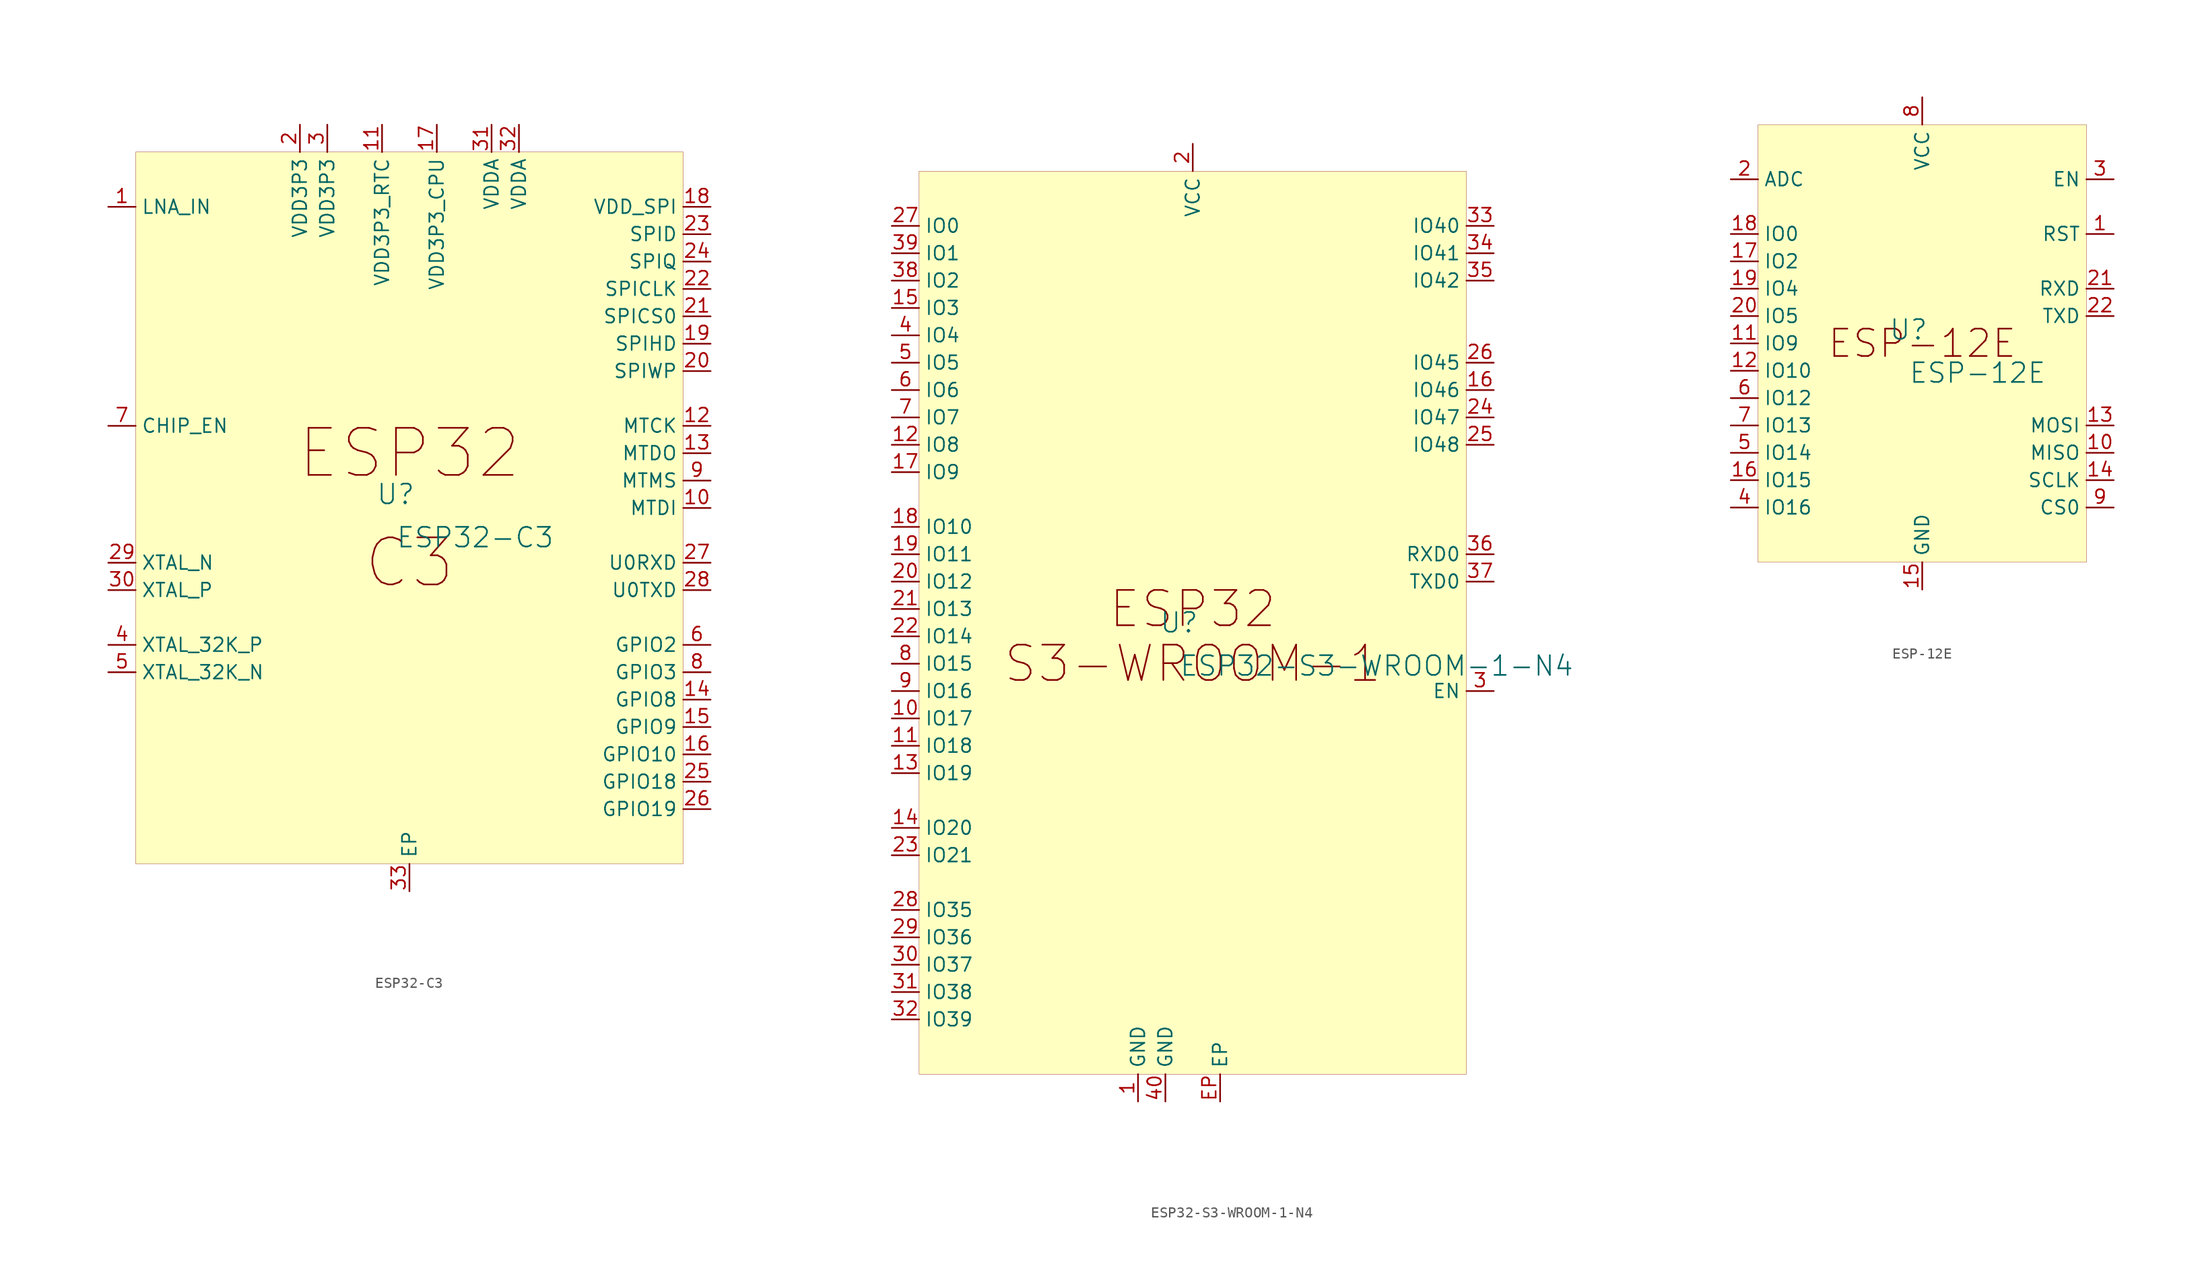
<source format=kicad_sym>
(kicad_symbol_lib
  (version 20231120)
  (generator "kicad_symbol_editor")
  (generator_version "8.0")
  (symbol "ESP32-C3"
    (property "Reference" "U"
      (at -1.27 1.27 0)
      (effects (font (size 1.829 1.829))))
    (property "Value" "ESP32-C3"
      (at -1.27 -3.81 0)
      (effects (font (size 1.829 1.829)) (justify left bottom)))
    (symbol "ESP32-C3_1_0"
      (rectangle (start 25.4 33.02) (end -25.4 -33.02) (stroke (width 0.025) (type solid) (color 128 0 0 1)) (fill (type background)))
      (text "C3" (at 0 -5.08 0) (effects (font (size 4.369 4.369))))
      (text "ESP32" (at 0 5.08 0) (effects (font (size 4.369 4.369))))
      (pin bidirectional line (at -27.94 27.94 0) (length 2.54) (name "LNA_IN" (effects (font (size 1.27 1.27)))) (number "1" (effects (font (size 1.27 1.27)))))
      (pin bidirectional line (at 27.94 0 180) (length 2.54) (name "MTDI" (effects (font (size 1.27 1.27)))) (number "10" (effects (font (size 1.27 1.27)))))
      (pin power_in line (at -2.54 35.56 270) (length 2.54) (name "VDD3P3_RTC" (effects (font (size 1.27 1.27)))) (number "11" (effects (font (size 1.27 1.27)))))
      (pin bidirectional line (at 27.94 7.62 180) (length 2.54) (name "MTCK" (effects (font (size 1.27 1.27)))) (number "12" (effects (font (size 1.27 1.27)))))
      (pin bidirectional line (at 27.94 5.08 180) (length 2.54) (name "MTDO" (effects (font (size 1.27 1.27)))) (number "13" (effects (font (size 1.27 1.27)))))
      (pin bidirectional line (at 27.94 -17.78 180) (length 2.54) (name "GPIO8" (effects (font (size 1.27 1.27)))) (number "14" (effects (font (size 1.27 1.27)))))
      (pin bidirectional line (at 27.94 -20.32 180) (length 2.54) (name "GPIO9" (effects (font (size 1.27 1.27)))) (number "15" (effects (font (size 1.27 1.27)))))
      (pin bidirectional line (at 27.94 -22.86 180) (length 2.54) (name "GPIO10" (effects (font (size 1.27 1.27)))) (number "16" (effects (font (size 1.27 1.27)))))
      (pin power_in line (at 2.54 35.56 270) (length 2.54) (name "VDD3P3_CPU" (effects (font (size 1.27 1.27)))) (number "17" (effects (font (size 1.27 1.27)))))
      (pin power_in line (at 27.94 27.94 180) (length 2.54) (name "VDD_SPI" (effects (font (size 1.27 1.27)))) (number "18" (effects (font (size 1.27 1.27)))))
      (pin bidirectional line (at 27.94 15.24 180) (length 2.54) (name "SPIHD" (effects (font (size 1.27 1.27)))) (number "19" (effects (font (size 1.27 1.27)))))
      (pin power_in line (at -10.16 35.56 270) (length 2.54) (name "VDD3P3" (effects (font (size 1.27 1.27)))) (number "2" (effects (font (size 1.27 1.27)))))
      (pin bidirectional line (at 27.94 12.7 180) (length 2.54) (name "SPIWP" (effects (font (size 1.27 1.27)))) (number "20" (effects (font (size 1.27 1.27)))))
      (pin bidirectional line (at 27.94 17.78 180) (length 2.54) (name "SPICS0" (effects (font (size 1.27 1.27)))) (number "21" (effects (font (size 1.27 1.27)))))
      (pin bidirectional line (at 27.94 20.32 180) (length 2.54) (name "SPICLK" (effects (font (size 1.27 1.27)))) (number "22" (effects (font (size 1.27 1.27)))))
      (pin bidirectional line (at 27.94 25.4 180) (length 2.54) (name "SPID" (effects (font (size 1.27 1.27)))) (number "23" (effects (font (size 1.27 1.27)))))
      (pin bidirectional line (at 27.94 22.86 180) (length 2.54) (name "SPIQ" (effects (font (size 1.27 1.27)))) (number "24" (effects (font (size 1.27 1.27)))))
      (pin bidirectional line (at 27.94 -25.4 180) (length 2.54) (name "GPIO18" (effects (font (size 1.27 1.27)))) (number "25" (effects (font (size 1.27 1.27)))))
      (pin bidirectional line (at 27.94 -27.94 180) (length 2.54) (name "GPIO19" (effects (font (size 1.27 1.27)))) (number "26" (effects (font (size 1.27 1.27)))))
      (pin bidirectional line (at 27.94 -5.08 180) (length 2.54) (name "U0RXD" (effects (font (size 1.27 1.27)))) (number "27" (effects (font (size 1.27 1.27)))))
      (pin bidirectional line (at 27.94 -7.62 180) (length 2.54) (name "U0TXD" (effects (font (size 1.27 1.27)))) (number "28" (effects (font (size 1.27 1.27)))))
      (pin input line (at -27.94 -5.08 0) (length 2.54) (name "XTAL_N" (effects (font (size 1.27 1.27)))) (number "29" (effects (font (size 1.27 1.27)))))
      (pin power_in line (at -7.62 35.56 270) (length 2.54) (name "VDD3P3" (effects (font (size 1.27 1.27)))) (number "3" (effects (font (size 1.27 1.27)))))
      (pin input line (at -27.94 -7.62 0) (length 2.54) (name "XTAL_P" (effects (font (size 1.27 1.27)))) (number "30" (effects (font (size 1.27 1.27)))))
      (pin power_in line (at 7.62 35.56 270) (length 2.54) (name "VDDA" (effects (font (size 1.27 1.27)))) (number "31" (effects (font (size 1.27 1.27)))))
      (pin power_in line (at 10.16 35.56 270) (length 2.54) (name "VDDA" (effects (font (size 1.27 1.27)))) (number "32" (effects (font (size 1.27 1.27)))))
      (pin power_in line (at 0 -35.56 90) (length 2.54) (name "EP" (effects (font (size 1.27 1.27)))) (number "33" (effects (font (size 1.27 1.27)))))
      (pin bidirectional line (at -27.94 -12.7 0) (length 2.54) (name "XTAL_32K_P" (effects (font (size 1.27 1.27)))) (number "4" (effects (font (size 1.27 1.27)))))
      (pin bidirectional line (at -27.94 -15.24 0) (length 2.54) (name "XTAL_32K_N" (effects (font (size 1.27 1.27)))) (number "5" (effects (font (size 1.27 1.27)))))
      (pin bidirectional line (at 27.94 -12.7 180) (length 2.54) (name "GPIO2" (effects (font (size 1.27 1.27)))) (number "6" (effects (font (size 1.27 1.27)))))
      (pin input line (at -27.94 7.62 0) (length 2.54) (name "CHIP_EN" (effects (font (size 1.27 1.27)))) (number "7" (effects (font (size 1.27 1.27)))))
      (pin bidirectional line (at 27.94 -15.24 180) (length 2.54) (name "GPIO3" (effects (font (size 1.27 1.27)))) (number "8" (effects (font (size 1.27 1.27)))))
      (pin bidirectional line (at 27.94 2.54 180) (length 2.54) (name "MTMS" (effects (font (size 1.27 1.27)))) (number "9" (effects (font (size 1.27 1.27)))))))
  (symbol "ESP32-S3-WROOM-1-N4"
    (property "Reference" "U"
      (at -1.27 1.27 0)
      (effects (font (size 1.829 1.829))))
    (property "Value" "ESP32-S3-WROOM-1-N4"
      (at -1.27 -3.81 0)
      (effects (font (size 1.829 1.829)) (justify left bottom)))
    (symbol "ESP32-S3-WROOM-1-N4_1_0"
      (rectangle (start 25.4 43.18) (end -25.4 -40.64) (stroke (width 0.025) (type solid) (color 128 0 0 1)) (fill (type background)))
      (text "ESP32" (at 0 2.54 0) (effects (font (size 3.277 3.277))))
      (text "S3-WROOM-1" (at 0 -2.54 0) (effects (font (size 3.277 3.277))))
      (pin power_in line (at -5.08 -43.18 90) (length 2.54) (name "GND" (effects (font (size 1.27 1.27)))) (number "1" (effects (font (size 1.27 1.27)))))
      (pin bidirectional line (at -27.94 -7.62 0) (length 2.54) (name "IO17" (effects (font (size 1.27 1.27)))) (number "10" (effects (font (size 1.27 1.27)))))
      (pin bidirectional line (at -27.94 -10.16 0) (length 2.54) (name "IO18" (effects (font (size 1.27 1.27)))) (number "11" (effects (font (size 1.27 1.27)))))
      (pin bidirectional line (at -27.94 17.78 0) (length 2.54) (name "IO8" (effects (font (size 1.27 1.27)))) (number "12" (effects (font (size 1.27 1.27)))))
      (pin bidirectional line (at -27.94 -12.7 0) (length 2.54) (name "IO19" (effects (font (size 1.27 1.27)))) (number "13" (effects (font (size 1.27 1.27)))))
      (pin bidirectional line (at -27.94 -17.78 0) (length 2.54) (name "IO20" (effects (font (size 1.27 1.27)))) (number "14" (effects (font (size 1.27 1.27)))))
      (pin bidirectional line (at -27.94 30.48 0) (length 2.54) (name "IO3" (effects (font (size 1.27 1.27)))) (number "15" (effects (font (size 1.27 1.27)))))
      (pin bidirectional line (at 27.94 22.86 180) (length 2.54) (name "IO46" (effects (font (size 1.27 1.27)))) (number "16" (effects (font (size 1.27 1.27)))))
      (pin bidirectional line (at -27.94 15.24 0) (length 2.54) (name "IO9" (effects (font (size 1.27 1.27)))) (number "17" (effects (font (size 1.27 1.27)))))
      (pin bidirectional line (at -27.94 10.16 0) (length 2.54) (name "IO10" (effects (font (size 1.27 1.27)))) (number "18" (effects (font (size 1.27 1.27)))))
      (pin bidirectional line (at -27.94 7.62 0) (length 2.54) (name "IO11" (effects (font (size 1.27 1.27)))) (number "19" (effects (font (size 1.27 1.27)))))
      (pin power_in line (at 0 45.72 270) (length 2.54) (name "VCC" (effects (font (size 1.27 1.27)))) (number "2" (effects (font (size 1.27 1.27)))))
      (pin bidirectional line (at -27.94 5.08 0) (length 2.54) (name "IO12" (effects (font (size 1.27 1.27)))) (number "20" (effects (font (size 1.27 1.27)))))
      (pin bidirectional line (at -27.94 2.54 0) (length 2.54) (name "IO13" (effects (font (size 1.27 1.27)))) (number "21" (effects (font (size 1.27 1.27)))))
      (pin bidirectional line (at -27.94 0 0) (length 2.54) (name "IO14" (effects (font (size 1.27 1.27)))) (number "22" (effects (font (size 1.27 1.27)))))
      (pin bidirectional line (at -27.94 -20.32 0) (length 2.54) (name "IO21" (effects (font (size 1.27 1.27)))) (number "23" (effects (font (size 1.27 1.27)))))
      (pin bidirectional line (at 27.94 20.32 180) (length 2.54) (name "IO47" (effects (font (size 1.27 1.27)))) (number "24" (effects (font (size 1.27 1.27)))))
      (pin bidirectional line (at 27.94 17.78 180) (length 2.54) (name "IO48" (effects (font (size 1.27 1.27)))) (number "25" (effects (font (size 1.27 1.27)))))
      (pin bidirectional line (at 27.94 25.4 180) (length 2.54) (name "IO45" (effects (font (size 1.27 1.27)))) (number "26" (effects (font (size 1.27 1.27)))))
      (pin bidirectional line (at -27.94 38.1 0) (length 2.54) (name "IO0" (effects (font (size 1.27 1.27)))) (number "27" (effects (font (size 1.27 1.27)))))
      (pin bidirectional line (at -27.94 -25.4 0) (length 2.54) (name "IO35" (effects (font (size 1.27 1.27)))) (number "28" (effects (font (size 1.27 1.27)))))
      (pin bidirectional line (at -27.94 -27.94 0) (length 2.54) (name "IO36" (effects (font (size 1.27 1.27)))) (number "29" (effects (font (size 1.27 1.27)))))
      (pin input line (at 27.94 -5.08 180) (length 2.54) (name "EN" (effects (font (size 1.27 1.27)))) (number "3" (effects (font (size 1.27 1.27)))))
      (pin bidirectional line (at -27.94 -30.48 0) (length 2.54) (name "IO37" (effects (font (size 1.27 1.27)))) (number "30" (effects (font (size 1.27 1.27)))))
      (pin bidirectional line (at -27.94 -33.02 0) (length 2.54) (name "IO38" (effects (font (size 1.27 1.27)))) (number "31" (effects (font (size 1.27 1.27)))))
      (pin bidirectional line (at -27.94 -35.56 0) (length 2.54) (name "IO39" (effects (font (size 1.27 1.27)))) (number "32" (effects (font (size 1.27 1.27)))))
      (pin bidirectional line (at 27.94 38.1 180) (length 2.54) (name "IO40" (effects (font (size 1.27 1.27)))) (number "33" (effects (font (size 1.27 1.27)))))
      (pin bidirectional line (at 27.94 35.56 180) (length 2.54) (name "IO41" (effects (font (size 1.27 1.27)))) (number "34" (effects (font (size 1.27 1.27)))))
      (pin bidirectional line (at 27.94 33.02 180) (length 2.54) (name "IO42" (effects (font (size 1.27 1.27)))) (number "35" (effects (font (size 1.27 1.27)))))
      (pin input line (at 27.94 7.62 180) (length 2.54) (name "RXD0" (effects (font (size 1.27 1.27)))) (number "36" (effects (font (size 1.27 1.27)))))
      (pin output line (at 27.94 5.08 180) (length 2.54) (name "TXD0" (effects (font (size 1.27 1.27)))) (number "37" (effects (font (size 1.27 1.27)))))
      (pin bidirectional line (at -27.94 33.02 0) (length 2.54) (name "IO2" (effects (font (size 1.27 1.27)))) (number "38" (effects (font (size 1.27 1.27)))))
      (pin bidirectional line (at -27.94 35.56 0) (length 2.54) (name "IO1" (effects (font (size 1.27 1.27)))) (number "39" (effects (font (size 1.27 1.27)))))
      (pin bidirectional line (at -27.94 27.94 0) (length 2.54) (name "IO4" (effects (font (size 1.27 1.27)))) (number "4" (effects (font (size 1.27 1.27)))))
      (pin power_in line (at -2.54 -43.18 90) (length 2.54) (name "GND" (effects (font (size 1.27 1.27)))) (number "40" (effects (font (size 1.27 1.27)))))
      (pin bidirectional line (at -27.94 25.4 0) (length 2.54) (name "IO5" (effects (font (size 1.27 1.27)))) (number "5" (effects (font (size 1.27 1.27)))))
      (pin bidirectional line (at -27.94 22.86 0) (length 2.54) (name "IO6" (effects (font (size 1.27 1.27)))) (number "6" (effects (font (size 1.27 1.27)))))
      (pin bidirectional line (at -27.94 20.32 0) (length 2.54) (name "IO7" (effects (font (size 1.27 1.27)))) (number "7" (effects (font (size 1.27 1.27)))))
      (pin bidirectional line (at -27.94 -2.54 0) (length 2.54) (name "IO15" (effects (font (size 1.27 1.27)))) (number "8" (effects (font (size 1.27 1.27)))))
      (pin bidirectional line (at -27.94 -5.08 0) (length 2.54) (name "IO16" (effects (font (size 1.27 1.27)))) (number "9" (effects (font (size 1.27 1.27)))))
      (pin power_in line (at 2.54 -43.18 90) (length 2.54) (name "EP" (effects (font (size 1.27 1.27)))) (number "EP" (effects (font (size 1.27 1.27)))))))
  (symbol "ESP-12E"
    (property "Reference" "U"
      (at -1.27 1.27 0)
      (effects (font (size 1.829 1.829))))
    (property "Value" "ESP-12E"
      (at -1.27 -3.81 0)
      (effects (font (size 1.829 1.829)) (justify left bottom)))
    (symbol "ESP-12E_1_0"
      (rectangle (start 15.24 20.32) (end -15.24 -20.32) (stroke (width 0.025) (type solid) (color 128 0 0 1)) (fill (type background)))
      (text "ESP-12E" (at 0 0 0) (effects (font (size 2.54 2.54))))
      (pin input line (at 17.78 10.16 180) (length 2.54) (name "RST" (effects (font (size 1.27 1.27)))) (number "1" (effects (font (size 1.27 1.27)))))
      (pin input line (at 17.78 -10.16 180) (length 2.54) (name "MISO" (effects (font (size 1.27 1.27)))) (number "10" (effects (font (size 1.27 1.27)))))
      (pin bidirectional line (at -17.78 0 0) (length 2.54) (name "IO9" (effects (font (size 1.27 1.27)))) (number "11" (effects (font (size 1.27 1.27)))))
      (pin bidirectional line (at -17.78 -2.54 0) (length 2.54) (name "IO10" (effects (font (size 1.27 1.27)))) (number "12" (effects (font (size 1.27 1.27)))))
      (pin output line (at 17.78 -7.62 180) (length 2.54) (name "MOSI" (effects (font (size 1.27 1.27)))) (number "13" (effects (font (size 1.27 1.27)))))
      (pin output line (at 17.78 -12.7 180) (length 2.54) (name "SCLK" (effects (font (size 1.27 1.27)))) (number "14" (effects (font (size 1.27 1.27)))))
      (pin power_in line (at 0 -22.86 90) (length 2.54) (name "GND" (effects (font (size 1.27 1.27)))) (number "15" (effects (font (size 1.27 1.27)))))
      (pin bidirectional line (at -17.78 -12.7 0) (length 2.54) (name "IO15" (effects (font (size 1.27 1.27)))) (number "16" (effects (font (size 1.27 1.27)))))
      (pin bidirectional line (at -17.78 7.62 0) (length 2.54) (name "IO2" (effects (font (size 1.27 1.27)))) (number "17" (effects (font (size 1.27 1.27)))))
      (pin bidirectional line (at -17.78 10.16 0) (length 2.54) (name "IO0" (effects (font (size 1.27 1.27)))) (number "18" (effects (font (size 1.27 1.27)))))
      (pin bidirectional line (at -17.78 5.08 0) (length 2.54) (name "IO4" (effects (font (size 1.27 1.27)))) (number "19" (effects (font (size 1.27 1.27)))))
      (pin input line (at -17.78 15.24 0) (length 2.54) (name "ADC" (effects (font (size 1.27 1.27)))) (number "2" (effects (font (size 1.27 1.27)))))
      (pin bidirectional line (at -17.78 2.54 0) (length 2.54) (name "IO5" (effects (font (size 1.27 1.27)))) (number "20" (effects (font (size 1.27 1.27)))))
      (pin input line (at 17.78 5.08 180) (length 2.54) (name "RXD" (effects (font (size 1.27 1.27)))) (number "21" (effects (font (size 1.27 1.27)))))
      (pin output line (at 17.78 2.54 180) (length 2.54) (name "TXD" (effects (font (size 1.27 1.27)))) (number "22" (effects (font (size 1.27 1.27)))))
      (pin input line (at 17.78 15.24 180) (length 2.54) (name "EN" (effects (font (size 1.27 1.27)))) (number "3" (effects (font (size 1.27 1.27)))))
      (pin bidirectional line (at -17.78 -15.24 0) (length 2.54) (name "IO16" (effects (font (size 1.27 1.27)))) (number "4" (effects (font (size 1.27 1.27)))))
      (pin bidirectional line (at -17.78 -10.16 0) (length 2.54) (name "IO14" (effects (font (size 1.27 1.27)))) (number "5" (effects (font (size 1.27 1.27)))))
      (pin bidirectional line (at -17.78 -5.08 0) (length 2.54) (name "IO12" (effects (font (size 1.27 1.27)))) (number "6" (effects (font (size 1.27 1.27)))))
      (pin bidirectional line (at -17.78 -7.62 0) (length 2.54) (name "IO13" (effects (font (size 1.27 1.27)))) (number "7" (effects (font (size 1.27 1.27)))))
      (pin power_in line (at 0 22.86 270) (length 2.54) (name "VCC" (effects (font (size 1.27 1.27)))) (number "8" (effects (font (size 1.27 1.27)))))
      (pin bidirectional line (at 17.78 -15.24 180) (length 2.54) (name "CS0" (effects (font (size 1.27 1.27)))) (number "9" (effects (font (size 1.27 1.27))))))))
</source>
